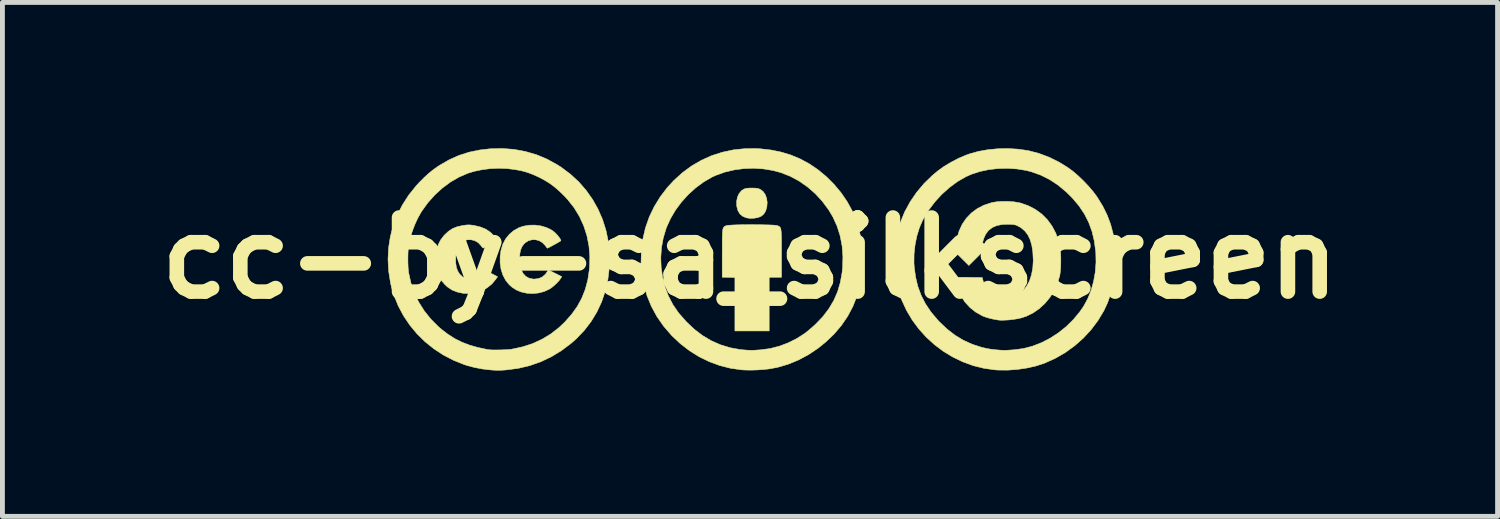
<source format=kicad_pcb>
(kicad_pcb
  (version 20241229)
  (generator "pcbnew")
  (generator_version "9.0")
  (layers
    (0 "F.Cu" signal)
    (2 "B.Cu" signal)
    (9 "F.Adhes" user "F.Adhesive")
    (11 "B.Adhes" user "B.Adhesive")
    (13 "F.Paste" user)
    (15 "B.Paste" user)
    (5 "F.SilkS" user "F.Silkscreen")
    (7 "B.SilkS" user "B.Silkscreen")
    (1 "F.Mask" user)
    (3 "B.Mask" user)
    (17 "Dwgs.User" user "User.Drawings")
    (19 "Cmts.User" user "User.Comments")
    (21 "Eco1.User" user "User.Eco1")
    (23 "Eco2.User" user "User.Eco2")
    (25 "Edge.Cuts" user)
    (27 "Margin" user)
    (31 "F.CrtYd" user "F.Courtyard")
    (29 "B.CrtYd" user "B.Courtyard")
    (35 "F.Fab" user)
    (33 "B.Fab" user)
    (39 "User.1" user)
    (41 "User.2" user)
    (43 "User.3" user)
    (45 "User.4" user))
  (footprint "cc-by-sa_silkscreen"
    (layer "F.Cu")
    (at 12.381 2.26)
    (property "Reference" "cc-by-sa_silkscreen" (at 0 0 0) (layer "F.SilkS") (effects (font (size 1.524 1.524) (thickness 0.3))))
    (attr through_hole)
    (fp_poly (pts (xy 0.1 -1.44) (xy 0.144 -1.436) (xy 0.177 -1.428) (xy 0.208 -1.415) (xy 0.213 -1.413) (xy 0.271 -1.368) (xy 0.314 -1.305) (xy 0.342 -1.229) (xy 0.353 -1.143) (xy 0.346 -1.052) (xy 0.321 -0.968) (xy 0.281 -0.904) (xy 0.225 -0.859) (xy 0.211 -0.852) (xy 0.149 -0.831) (xy 0.073 -0.819) (xy -0.004 -0.818) (xy -0.072 -0.828) (xy -0.077 -0.829) (xy -0.152 -0.861) (xy -0.209 -0.909) (xy -0.248 -0.974) (xy -0.271 -1.058) (xy -0.274 -1.081) (xy -0.275 -1.172) (xy -0.258 -1.256) (xy -0.224 -1.329) (xy -0.176 -1.386) (xy -0.137 -1.413) (xy -0.106 -1.427) (xy -0.073 -1.436) (xy -0.031 -1.44) (xy 0.028 -1.441) (xy 0.038 -1.441) (xy 0.1 -1.44)) (stroke (width 0.01) (type solid)) (fill yes) (layer "F.SilkS"))
    (fp_poly (pts (xy 0.126 -0.687) (xy 0.226 -0.686) (xy 0.32 -0.684) (xy 0.404 -0.682) (xy 0.474 -0.679) (xy 0.527 -0.675) (xy 0.559 -0.67) (xy 0.564 -0.668) (xy 0.584 -0.659) (xy 0.601 -0.651) (xy 0.615 -0.639) (xy 0.625 -0.623) (xy 0.633 -0.599) (xy 0.639 -0.565) (xy 0.643 -0.519) (xy 0.646 -0.459) (xy 0.647 -0.381) (xy 0.648 -0.284) (xy 0.648 -0.165) (xy 0.648 -0.099) (xy 0.648 0.394) (xy 0.394 0.394) (xy 0.394 1.499) (xy 0.041 1.499) (xy -0.311 1.499) (xy -0.311 0.4) (xy -0.441 0.396) (xy -0.572 0.393) (xy -0.572 -0.099) (xy -0.571 -0.229) (xy -0.571 -0.337) (xy -0.57 -0.423) (xy -0.568 -0.492) (xy -0.565 -0.545) (xy -0.56 -0.584) (xy -0.553 -0.612) (xy -0.544 -0.632) (xy -0.532 -0.646) (xy -0.517 -0.655) (xy -0.498 -0.664) (xy -0.488 -0.668) (xy -0.463 -0.673) (xy -0.416 -0.677) (xy -0.35 -0.681) (xy -0.27 -0.684) (xy -0.179 -0.686) (xy -0.081 -0.687) (xy 0.022 -0.688) (xy 0.126 -0.687)) (stroke (width 0.01) (type solid)) (fill yes) (layer "F.SilkS"))
    (fp_poly (pts (xy -4.301 -0.662) (xy -4.187 -0.628) (xy -4.084 -0.578) (xy -4.031 -0.539) (xy -3.996 -0.507) (xy -3.961 -0.469) (xy -3.929 -0.429) (xy -3.905 -0.394) (xy -3.892 -0.367) (xy -3.892 -0.357) (xy -3.904 -0.348) (xy -3.934 -0.33) (xy -3.975 -0.306) (xy -4.023 -0.28) (xy -4.071 -0.253) (xy -4.116 -0.23) (xy -4.15 -0.212) (xy -4.169 -0.204) (xy -4.17 -0.203) (xy -4.179 -0.213) (xy -4.198 -0.237) (xy -4.214 -0.259) (xy -4.271 -0.318) (xy -4.338 -0.358) (xy -4.412 -0.378) (xy -4.488 -0.377) (xy -4.562 -0.356) (xy -4.628 -0.313) (xy -4.645 -0.297) (xy -4.689 -0.24) (xy -4.719 -0.172) (xy -4.736 -0.089) (xy -4.742 0.012) (xy -4.742 0.019) (xy -4.733 0.136) (xy -4.709 0.234) (xy -4.671 0.313) (xy -4.617 0.373) (xy -4.55 0.412) (xy -4.469 0.43) (xy -4.437 0.432) (xy -4.35 0.421) (xy -4.274 0.388) (xy -4.212 0.335) (xy -4.19 0.305) (xy -4.15 0.243) (xy -4.012 0.312) (xy -3.874 0.381) (xy -3.9 0.424) (xy -3.929 0.464) (xy -3.974 0.512) (xy -4.026 0.561) (xy -4.079 0.605) (xy -4.126 0.637) (xy -4.128 0.638) (xy -4.234 0.687) (xy -4.353 0.718) (xy -4.475 0.73) (xy -4.59 0.723) (xy -4.708 0.697) (xy -4.808 0.656) (xy -4.897 0.598) (xy -4.956 0.545) (xy -5.029 0.455) (xy -5.085 0.348) (xy -5.123 0.228) (xy -5.142 0.098) (xy -5.141 -0.038) (xy -5.123 -0.162) (xy -5.086 -0.285) (xy -5.029 -0.394) (xy -4.952 -0.489) (xy -4.86 -0.567) (xy -4.753 -0.626) (xy -4.668 -0.655) (xy -4.547 -0.677) (xy -4.423 -0.679) (xy -4.301 -0.662)) (stroke (width 0.01) (type solid)) (fill yes) (layer "F.SilkS"))
    (fp_poly (pts (xy -5.76 -0.682) (xy -5.709 -0.676) (xy -5.671 -0.67) (xy -5.546 -0.64) (xy -5.436 -0.595) (xy -5.345 -0.534) (xy -5.337 -0.527) (xy -5.304 -0.496) (xy -5.27 -0.457) (xy -5.24 -0.418) (xy -5.217 -0.384) (xy -5.207 -0.361) (xy -5.207 -0.36) (xy -5.218 -0.351) (xy -5.246 -0.334) (xy -5.286 -0.311) (xy -5.335 -0.284) (xy -5.386 -0.257) (xy -5.435 -0.232) (xy -5.476 -0.211) (xy -5.488 -0.206) (xy -5.5 -0.213) (xy -5.52 -0.236) (xy -5.536 -0.258) (xy -5.59 -0.316) (xy -5.659 -0.357) (xy -5.735 -0.377) (xy -5.814 -0.377) (xy -5.856 -0.367) (xy -5.926 -0.333) (xy -5.98 -0.283) (xy -6.019 -0.216) (xy -6.044 -0.13) (xy -6.055 -0.023) (xy -6.056 -0.014) (xy -6.055 0.097) (xy -6.042 0.188) (xy -6.016 0.263) (xy -5.977 0.325) (xy -5.973 0.33) (xy -5.913 0.386) (xy -5.846 0.419) (xy -5.769 0.432) (xy -5.756 0.432) (xy -5.669 0.421) (xy -5.593 0.387) (xy -5.527 0.331) (xy -5.475 0.257) (xy -5.464 0.253) (xy -5.44 0.26) (xy -5.399 0.277) (xy -5.34 0.307) (xy -5.33 0.312) (xy -5.194 0.383) (xy -5.231 0.436) (xy -5.312 0.533) (xy -5.41 0.612) (xy -5.521 0.672) (xy -5.641 0.712) (xy -5.767 0.73) (xy -5.896 0.725) (xy -5.911 0.723) (xy -6.029 0.697) (xy -6.13 0.656) (xy -6.22 0.597) (xy -6.275 0.547) (xy -6.342 0.47) (xy -6.392 0.389) (xy -6.427 0.298) (xy -6.449 0.192) (xy -6.46 0.07) (xy -6.46 -0.063) (xy -6.444 -0.179) (xy -6.413 -0.281) (xy -6.365 -0.374) (xy -6.298 -0.462) (xy -6.279 -0.482) (xy -6.202 -0.553) (xy -6.122 -0.606) (xy -6.031 -0.643) (xy -5.924 -0.668) (xy -5.913 -0.67) (xy -5.852 -0.679) (xy -5.804 -0.683) (xy -5.76 -0.682)) (stroke (width 0.01) (type solid)) (fill yes) (layer "F.SilkS"))
    (fp_poly (pts (xy 5.316 -1.166) (xy 5.433 -1.157) (xy 5.538 -1.139) (xy 5.569 -1.132) (xy 5.728 -1.076) (xy 5.873 -1) (xy 6.003 -0.905) (xy 6.117 -0.791) (xy 6.213 -0.66) (xy 6.291 -0.512) (xy 6.349 -0.35) (xy 6.371 -0.262) (xy 6.382 -0.193) (xy 6.39 -0.106) (xy 6.394 -0.008) (xy 6.394 0.093) (xy 6.391 0.191) (xy 6.384 0.28) (xy 6.374 0.352) (xy 6.371 0.366) (xy 6.323 0.524) (xy 6.256 0.672) (xy 6.17 0.809) (xy 6.068 0.932) (xy 5.952 1.039) (xy 5.825 1.127) (xy 5.688 1.195) (xy 5.58 1.231) (xy 5.504 1.248) (xy 5.418 1.261) (xy 5.327 1.272) (xy 5.24 1.277) (xy 5.164 1.279) (xy 5.104 1.274) (xy 5.099 1.273) (xy 4.994 1.254) (xy 4.909 1.233) (xy 4.838 1.211) (xy 4.777 1.187) (xy 4.643 1.111) (xy 4.524 1.016) (xy 4.421 0.904) (xy 4.339 0.777) (xy 4.315 0.73) (xy 4.292 0.674) (xy 4.27 0.614) (xy 4.252 0.553) (xy 4.238 0.496) (xy 4.23 0.448) (xy 4.228 0.414) (xy 4.234 0.399) (xy 4.25 0.397) (xy 4.289 0.396) (xy 4.344 0.396) (xy 4.413 0.396) (xy 4.491 0.396) (xy 4.513 0.397) (xy 4.778 0.4) (xy 4.802 0.494) (xy 4.819 0.554) (xy 4.835 0.597) (xy 4.857 0.632) (xy 4.887 0.667) (xy 4.904 0.684) (xy 4.97 0.734) (xy 5.057 0.772) (xy 5.16 0.798) (xy 5.19 0.803) (xy 5.308 0.808) (xy 5.413 0.792) (xy 5.508 0.753) (xy 5.594 0.691) (xy 5.623 0.664) (xy 5.694 0.574) (xy 5.751 0.465) (xy 5.792 0.34) (xy 5.818 0.2) (xy 5.827 0.048) (xy 5.819 -0.113) (xy 5.818 -0.13) (xy 5.796 -0.268) (xy 5.761 -0.385) (xy 5.713 -0.482) (xy 5.65 -0.562) (xy 5.573 -0.626) (xy 5.535 -0.648) (xy 5.496 -0.668) (xy 5.463 -0.681) (xy 5.428 -0.689) (xy 5.384 -0.693) (xy 5.321 -0.696) (xy 5.321 -0.696) (xy 5.192 -0.692) (xy 5.08 -0.67) (xy 4.986 -0.63) (xy 4.909 -0.571) (xy 4.85 -0.495) (xy 4.813 -0.414) (xy 4.795 -0.36) (xy 4.788 -0.324) (xy 4.793 -0.304) (xy 4.813 -0.295) (xy 4.849 -0.292) (xy 4.858 -0.292) (xy 4.896 -0.291) (xy 4.921 -0.286) (xy 4.928 -0.282) (xy 4.919 -0.271) (xy 4.895 -0.245) (xy 4.858 -0.205) (xy 4.81 -0.156) (xy 4.754 -0.099) (xy 4.715 -0.06) (xy 4.502 0.152) (xy 4.289 -0.06) (xy 4.23 -0.121) (xy 4.176 -0.175) (xy 4.132 -0.221) (xy 4.099 -0.256) (xy 4.08 -0.277) (xy 4.077 -0.282) (xy 4.088 -0.287) (xy 4.118 -0.292) (xy 4.155 -0.295) (xy 4.234 -0.298) (xy 4.256 -0.401) (xy 4.301 -0.556) (xy 4.366 -0.697) (xy 4.451 -0.821) (xy 4.554 -0.928) (xy 4.674 -1.017) (xy 4.811 -1.088) (xy 4.963 -1.138) (xy 4.985 -1.144) (xy 5.083 -1.16) (xy 5.197 -1.167) (xy 5.316 -1.166)) (stroke (width 0.01) (type solid)) (fill yes) (layer "F.SilkS"))
    (fp_poly (pts (xy 0.219 -2.248) (xy 0.437 -2.223) (xy 0.642 -2.181) (xy 0.837 -2.122) (xy 1.029 -2.042) (xy 1.032 -2.041) (xy 1.219 -1.94) (xy 1.4 -1.817) (xy 1.571 -1.675) (xy 1.73 -1.516) (xy 1.873 -1.345) (xy 1.998 -1.163) (xy 2.102 -0.973) (xy 2.135 -0.903) (xy 2.213 -0.688) (xy 2.271 -0.464) (xy 2.306 -0.233) (xy 2.319 0.002) (xy 2.31 0.238) (xy 2.279 0.471) (xy 2.226 0.698) (xy 2.199 0.785) (xy 2.115 0.997) (xy 2.009 1.197) (xy 1.88 1.386) (xy 1.729 1.563) (xy 1.555 1.729) (xy 1.399 1.855) (xy 1.203 1.986) (xy 0.998 2.096) (xy 0.786 2.183) (xy 0.569 2.247) (xy 0.4 2.279) (xy 0.283 2.292) (xy 0.154 2.301) (xy 0.023 2.305) (xy -0.099 2.303) (xy -0.171 2.299) (xy -0.399 2.267) (xy -0.622 2.211) (xy -0.839 2.131) (xy -1.047 2.03) (xy -1.245 1.906) (xy -1.432 1.762) (xy -1.606 1.599) (xy -1.765 1.416) (xy -1.78 1.397) (xy -1.916 1.202) (xy -2.028 0.996) (xy -2.117 0.781) (xy -2.183 0.557) (xy -2.224 0.326) (xy -2.242 0.087) (xy -2.239 -0.008) (xy -1.836 -0.008) (xy -1.828 0.195) (xy -1.799 0.396) (xy -1.749 0.592) (xy -1.679 0.779) (xy -1.588 0.955) (xy -1.477 1.118) (xy -1.466 1.132) (xy -1.31 1.31) (xy -1.147 1.464) (xy -0.976 1.594) (xy -0.796 1.701) (xy -0.607 1.784) (xy -0.409 1.844) (xy -0.201 1.882) (xy -0.102 1.891) (xy -0.041 1.895) (xy 0.015 1.897) (xy 0.059 1.898) (xy 0.076 1.897) (xy 0.11 1.894) (xy 0.16 1.891) (xy 0.216 1.887) (xy 0.229 1.886) (xy 0.413 1.861) (xy 0.6 1.813) (xy 0.784 1.744) (xy 0.962 1.655) (xy 1.121 1.553) (xy 1.17 1.515) (xy 1.23 1.466) (xy 1.293 1.411) (xy 1.352 1.357) (xy 1.355 1.354) (xy 1.502 1.2) (xy 1.624 1.039) (xy 1.724 0.87) (xy 1.802 0.691) (xy 1.858 0.499) (xy 1.895 0.293) (xy 1.905 0.192) (xy 1.911 -0.033) (xy 1.894 -0.25) (xy 1.854 -0.459) (xy 1.79 -0.659) (xy 1.704 -0.848) (xy 1.619 -0.991) (xy 1.488 -1.168) (xy 1.342 -1.326) (xy 1.181 -1.466) (xy 1.009 -1.586) (xy 0.826 -1.684) (xy 0.634 -1.759) (xy 0.476 -1.802) (xy 0.277 -1.835) (xy 0.074 -1.848) (xy -0.129 -1.841) (xy -0.328 -1.814) (xy -0.519 -1.769) (xy -0.698 -1.705) (xy -0.781 -1.667) (xy -0.954 -1.567) (xy -1.119 -1.445) (xy -1.272 -1.306) (xy -1.412 -1.151) (xy -1.535 -0.985) (xy -1.638 -0.809) (xy -1.72 -0.628) (xy -1.726 -0.611) (xy -1.785 -0.414) (xy -1.822 -0.212) (xy -1.836 -0.008) (xy -2.239 -0.008) (xy -2.236 -0.154) (xy -2.205 -0.393) (xy -2.151 -0.623) (xy -2.073 -0.846) (xy -1.971 -1.058) (xy -1.847 -1.261) (xy -1.7 -1.453) (xy -1.569 -1.595) (xy -1.391 -1.757) (xy -1.202 -1.896) (xy -1 -2.013) (xy -0.789 -2.108) (xy -0.567 -2.179) (xy -0.337 -2.228) (xy -0.099 -2.252) (xy 0.145 -2.253) (xy 0.219 -2.248)) (stroke (width 0.01) (type solid)) (fill yes) (layer "F.SilkS"))
    (fp_poly (pts (xy 5.518 -2.241) (xy 5.717 -2.212) (xy 5.734 -2.209) (xy 5.947 -2.153) (xy 6.159 -2.073) (xy 6.368 -1.968) (xy 6.535 -1.865) (xy 6.638 -1.79) (xy 6.746 -1.698) (xy 6.856 -1.593) (xy 6.961 -1.483) (xy 7.056 -1.372) (xy 7.136 -1.265) (xy 7.145 -1.251) (xy 7.258 -1.067) (xy 7.348 -0.884) (xy 7.418 -0.698) (xy 7.47 -0.503) (xy 7.505 -0.296) (xy 7.519 -0.153) (xy 7.525 0.07) (xy 7.511 0.293) (xy 7.478 0.512) (xy 7.425 0.723) (xy 7.355 0.922) (xy 7.282 1.079) (xy 7.16 1.283) (xy 7.018 1.472) (xy 6.857 1.647) (xy 6.679 1.804) (xy 6.486 1.944) (xy 6.279 2.063) (xy 6.061 2.161) (xy 6.047 2.166) (xy 5.878 2.221) (xy 5.694 2.262) (xy 5.5 2.291) (xy 5.303 2.305) (xy 5.111 2.304) (xy 5.036 2.299) (xy 4.81 2.267) (xy 4.589 2.212) (xy 4.376 2.134) (xy 4.171 2.035) (xy 3.976 1.917) (xy 3.794 1.78) (xy 3.625 1.626) (xy 3.472 1.456) (xy 3.336 1.272) (xy 3.219 1.075) (xy 3.123 0.866) (xy 3.088 0.771) (xy 3.04 0.619) (xy 3.006 0.474) (xy 2.983 0.323) (xy 2.971 0.204) (xy 2.969 0.102) (xy 3.373 0.102) (xy 3.378 0.179) (xy 3.406 0.389) (xy 3.453 0.584) (xy 3.521 0.767) (xy 3.61 0.941) (xy 3.722 1.108) (xy 3.858 1.27) (xy 3.898 1.313) (xy 4.056 1.462) (xy 4.218 1.587) (xy 4.389 1.69) (xy 4.569 1.772) (xy 4.762 1.835) (xy 4.871 1.86) (xy 4.932 1.871) (xy 5.006 1.881) (xy 5.084 1.889) (xy 5.161 1.895) (xy 5.228 1.898) (xy 5.278 1.897) (xy 5.283 1.897) (xy 5.317 1.894) (xy 5.367 1.891) (xy 5.423 1.887) (xy 5.436 1.886) (xy 5.624 1.861) (xy 5.811 1.812) (xy 5.996 1.74) (xy 6.175 1.648) (xy 6.346 1.537) (xy 6.506 1.409) (xy 6.653 1.264) (xy 6.785 1.105) (xy 6.86 0.996) (xy 6.946 0.84) (xy 7.016 0.667) (xy 7.068 0.482) (xy 7.103 0.288) (xy 7.118 0.089) (xy 7.114 -0.111) (xy 7.112 -0.138) (xy 7.083 -0.351) (xy 7.036 -0.549) (xy 6.968 -0.734) (xy 6.879 -0.909) (xy 6.768 -1.075) (xy 6.633 -1.235) (xy 6.508 -1.359) (xy 6.34 -1.5) (xy 6.164 -1.616) (xy 5.98 -1.708) (xy 5.788 -1.776) (xy 5.684 -1.803) (xy 5.493 -1.834) (xy 5.297 -1.847) (xy 5.101 -1.842) (xy 4.909 -1.82) (xy 4.726 -1.781) (xy 4.555 -1.725) (xy 4.441 -1.674) (xy 4.267 -1.574) (xy 4.101 -1.451) (xy 3.944 -1.31) (xy 3.801 -1.154) (xy 3.674 -0.985) (xy 3.567 -0.807) (xy 3.55 -0.776) (xy 3.483 -0.62) (xy 3.431 -0.449) (xy 3.395 -0.268) (xy 3.375 -0.082) (xy 3.373 0.102) (xy 2.969 0.102) (xy 2.965 -0.039) (xy 2.984 -0.277) (xy 3.027 -0.51) (xy 3.093 -0.734) (xy 3.182 -0.951) (xy 3.294 -1.157) (xy 3.428 -1.353) (xy 3.583 -1.537) (xy 3.759 -1.707) (xy 3.86 -1.791) (xy 3.987 -1.883) (xy 4.132 -1.97) (xy 4.284 -2.05) (xy 4.437 -2.116) (xy 4.515 -2.144) (xy 4.697 -2.195) (xy 4.894 -2.23) (xy 5.1 -2.25) (xy 5.31 -2.254) (xy 5.518 -2.241)) (stroke (width 0.01) (type solid)) (fill yes) (layer "F.SilkS"))
    (fp_poly (pts (xy -4.858 -2.237) (xy -4.624 -2.194) (xy -4.397 -2.128) (xy -4.178 -2.037) (xy -3.967 -1.921) (xy -3.885 -1.869) (xy -3.696 -1.727) (xy -3.524 -1.569) (xy -3.372 -1.394) (xy -3.239 -1.206) (xy -3.126 -1.005) (xy -3.034 -0.793) (xy -2.964 -0.572) (xy -2.916 -0.343) (xy -2.892 -0.107) (xy -2.891 0.133) (xy -2.895 0.202) (xy -2.925 0.446) (xy -2.978 0.679) (xy -3.053 0.9) (xy -3.15 1.108) (xy -3.269 1.304) (xy -3.41 1.488) (xy -3.572 1.658) (xy -3.677 1.75) (xy -3.875 1.9) (xy -4.083 2.027) (xy -4.301 2.131) (xy -4.528 2.211) (xy -4.763 2.267) (xy -5 2.299) (xy -5.076 2.305) (xy -5.137 2.308) (xy -5.19 2.309) (xy -5.246 2.307) (xy -5.312 2.303) (xy -5.366 2.298) (xy -5.514 2.28) (xy -5.67 2.25) (xy -5.821 2.21) (xy -5.882 2.19) (xy -6.104 2.101) (xy -6.313 1.992) (xy -6.509 1.863) (xy -6.69 1.717) (xy -6.855 1.554) (xy -7.002 1.376) (xy -7.13 1.185) (xy -7.238 0.982) (xy -7.325 0.768) (xy -7.389 0.545) (xy -7.397 0.508) (xy -7.435 0.268) (xy -7.448 0.03) (xy -7.447 0.003) (xy -7.039 0.003) (xy -7.038 0.104) (xy -7.034 0.198) (xy -7.027 0.277) (xy -7.024 0.298) (xy -6.978 0.509) (xy -6.909 0.711) (xy -6.817 0.904) (xy -6.702 1.086) (xy -6.567 1.255) (xy -6.41 1.412) (xy -6.35 1.464) (xy -6.214 1.568) (xy -6.076 1.656) (xy -5.93 1.729) (xy -5.774 1.789) (xy -5.603 1.838) (xy -5.412 1.879) (xy -5.385 1.883) (xy -5.343 1.888) (xy -5.282 1.89) (xy -5.209 1.89) (xy -5.13 1.889) (xy -5.051 1.886) (xy -4.98 1.882) (xy -4.922 1.877) (xy -4.902 1.874) (xy -4.68 1.826) (xy -4.473 1.759) (xy -4.28 1.67) (xy -4.099 1.561) (xy -3.93 1.429) (xy -3.814 1.319) (xy -3.673 1.161) (xy -3.556 0.998) (xy -3.462 0.826) (xy -3.39 0.645) (xy -3.338 0.451) (xy -3.307 0.243) (xy -3.302 0.192) (xy -3.296 -0.032) (xy -3.314 -0.249) (xy -3.355 -0.459) (xy -3.42 -0.66) (xy -3.507 -0.852) (xy -3.617 -1.033) (xy -3.749 -1.201) (xy -3.825 -1.283) (xy -3.927 -1.382) (xy -4.022 -1.464) (xy -4.116 -1.534) (xy -4.215 -1.596) (xy -4.326 -1.656) (xy -4.332 -1.659) (xy -4.459 -1.717) (xy -4.58 -1.763) (xy -4.704 -1.797) (xy -4.837 -1.822) (xy -4.986 -1.84) (xy -5.004 -1.842) (xy -5.169 -1.848) (xy -5.34 -1.841) (xy -5.511 -1.819) (xy -5.674 -1.785) (xy -5.804 -1.746) (xy -5.987 -1.667) (xy -6.163 -1.565) (xy -6.33 -1.441) (xy -6.486 -1.299) (xy -6.628 -1.139) (xy -6.754 -0.965) (xy -6.766 -0.946) (xy -6.836 -0.821) (xy -6.901 -0.679) (xy -6.956 -0.53) (xy -6.999 -0.383) (xy -7.024 -0.26) (xy -7.032 -0.187) (xy -7.037 -0.096) (xy -7.039 0.003) (xy -7.447 0.003) (xy -7.437 -0.206) (xy -7.401 -0.437) (xy -7.342 -0.663) (xy -7.259 -0.881) (xy -7.153 -1.092) (xy -7.024 -1.293) (xy -6.873 -1.482) (xy -6.795 -1.567) (xy -6.7 -1.662) (xy -6.613 -1.741) (xy -6.527 -1.811) (xy -6.435 -1.877) (xy -6.387 -1.909) (xy -6.193 -2.021) (xy -5.993 -2.111) (xy -5.784 -2.178) (xy -5.563 -2.224) (xy -5.348 -2.249) (xy -5.099 -2.255) (xy -4.858 -2.237)) (stroke (width 0.01) (type solid)) (fill yes) (layer "F.SilkS")))
  (gr_rect
    (start -3 -3)
    (end 27.761 7.574)
    (stroke (width 0.1) (type default))
    (fill no)
    (layer "Edge.Cuts")))
</source>
